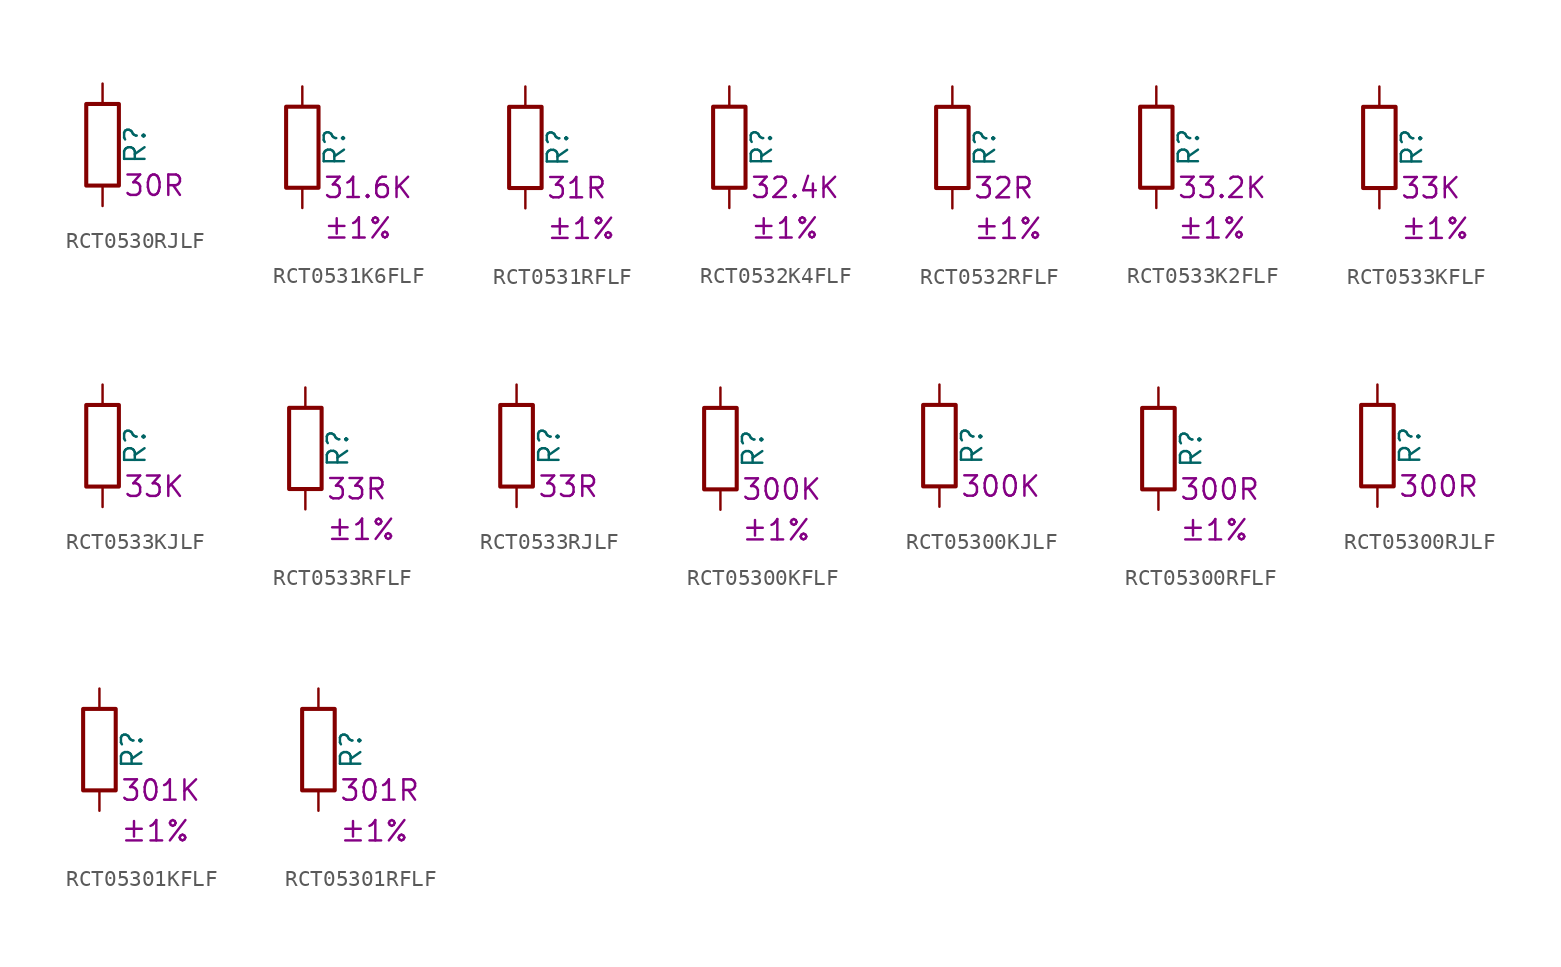
<source format=kicad_sym>
(kicad_symbol_lib
  (version 20220914)
  (generator kicad_symbol_editor)
  (symbol "RCT0530RJLF"
    (pin_numbers hide)
    (pin_names
      (offset 0))
    (property "Reference" "R"
      (at 2.032 0 90)
      (effects (font (size 1.27 1.27))))
    (property "Resistance" "30R"
      (at 1.27 -2.54 0)
      (effects (font (size 1.27 1.27)) (justify left)))
    (symbol "RCT0530RJLF_0_1"
      (rectangle (start -1.016 -2.54) (end 1.016 2.54) (stroke (width 0.254) (type default)) (fill (type none))))
    (symbol "RCT0530RJLF_1_1"
      (pin passive line (at 0 3.81 270) (length 1.27) (name "~" (effects (font (size 1.27 1.27)))) (number "1" (effects (font (size 1.27 1.27)))))
      (pin passive line (at 0 -3.81 90) (length 1.27) (name "~" (effects (font (size 1.27 1.27)))) (number "2" (effects (font (size 1.27 1.27)))))))
  (symbol "RCT0531K6FLF"
    (pin_numbers hide)
    (pin_names
      (offset 0))
    (property "Reference" "R"
      (at 2.032 0 90)
      (effects (font (size 1.27 1.27))))
    (property "Resistance" "31.6K"
      (at 1.27 -2.54 0)
      (effects (font (size 1.27 1.27)) (justify left)))
    (property "Tolerance" "±1%"
      (at 1.27 -5.08 0)
      (effects (font (size 1.27 1.27)) (justify left)))
    (symbol "RCT0531K6FLF_0_1"
      (rectangle (start -1.016 -2.54) (end 1.016 2.54) (stroke (width 0.254) (type default)) (fill (type none))))
    (symbol "RCT0531K6FLF_1_1"
      (pin passive line (at 0 3.81 270) (length 1.27) (name "~" (effects (font (size 1.27 1.27)))) (number "1" (effects (font (size 1.27 1.27)))))
      (pin passive line (at 0 -3.81 90) (length 1.27) (name "~" (effects (font (size 1.27 1.27)))) (number "2" (effects (font (size 1.27 1.27)))))))
  (symbol "RCT0531RFLF"
    (pin_numbers hide)
    (pin_names
      (offset 0))
    (property "Reference" "R"
      (at 2.032 0 90)
      (effects (font (size 1.27 1.27))))
    (property "Resistance" "31R"
      (at 1.27 -2.54 0)
      (effects (font (size 1.27 1.27)) (justify left)))
    (property "Tolerance" "±1%"
      (at 1.27 -5.08 0)
      (effects (font (size 1.27 1.27)) (justify left)))
    (symbol "RCT0531RFLF_0_1"
      (rectangle (start -1.016 -2.54) (end 1.016 2.54) (stroke (width 0.254) (type default)) (fill (type none))))
    (symbol "RCT0531RFLF_1_1"
      (pin passive line (at 0 3.81 270) (length 1.27) (name "~" (effects (font (size 1.27 1.27)))) (number "1" (effects (font (size 1.27 1.27)))))
      (pin passive line (at 0 -3.81 90) (length 1.27) (name "~" (effects (font (size 1.27 1.27)))) (number "2" (effects (font (size 1.27 1.27)))))))
  (symbol "RCT0532K4FLF"
    (pin_numbers hide)
    (pin_names
      (offset 0))
    (property "Reference" "R"
      (at 2.032 0 90)
      (effects (font (size 1.27 1.27))))
    (property "Resistance" "32.4K"
      (at 1.27 -2.54 0)
      (effects (font (size 1.27 1.27)) (justify left)))
    (property "Tolerance" "±1%"
      (at 1.27 -5.08 0)
      (effects (font (size 1.27 1.27)) (justify left)))
    (symbol "RCT0532K4FLF_0_1"
      (rectangle (start -1.016 -2.54) (end 1.016 2.54) (stroke (width 0.254) (type default)) (fill (type none))))
    (symbol "RCT0532K4FLF_1_1"
      (pin passive line (at 0 3.81 270) (length 1.27) (name "~" (effects (font (size 1.27 1.27)))) (number "1" (effects (font (size 1.27 1.27)))))
      (pin passive line (at 0 -3.81 90) (length 1.27) (name "~" (effects (font (size 1.27 1.27)))) (number "2" (effects (font (size 1.27 1.27)))))))
  (symbol "RCT0532RFLF"
    (pin_numbers hide)
    (pin_names
      (offset 0))
    (property "Reference" "R"
      (at 2.032 0 90)
      (effects (font (size 1.27 1.27))))
    (property "Resistance" "32R"
      (at 1.27 -2.54 0)
      (effects (font (size 1.27 1.27)) (justify left)))
    (property "Tolerance" "±1%"
      (at 1.27 -5.08 0)
      (effects (font (size 1.27 1.27)) (justify left)))
    (symbol "RCT0532RFLF_0_1"
      (rectangle (start -1.016 -2.54) (end 1.016 2.54) (stroke (width 0.254) (type default)) (fill (type none))))
    (symbol "RCT0532RFLF_1_1"
      (pin passive line (at 0 3.81 270) (length 1.27) (name "~" (effects (font (size 1.27 1.27)))) (number "1" (effects (font (size 1.27 1.27)))))
      (pin passive line (at 0 -3.81 90) (length 1.27) (name "~" (effects (font (size 1.27 1.27)))) (number "2" (effects (font (size 1.27 1.27)))))))
  (symbol "RCT0533K2FLF"
    (pin_numbers hide)
    (pin_names
      (offset 0))
    (property "Reference" "R"
      (at 2.032 0 90)
      (effects (font (size 1.27 1.27))))
    (property "Resistance" "33.2K"
      (at 1.27 -2.54 0)
      (effects (font (size 1.27 1.27)) (justify left)))
    (property "Tolerance" "±1%"
      (at 1.27 -5.08 0)
      (effects (font (size 1.27 1.27)) (justify left)))
    (symbol "RCT0533K2FLF_0_1"
      (rectangle (start -1.016 -2.54) (end 1.016 2.54) (stroke (width 0.254) (type default)) (fill (type none))))
    (symbol "RCT0533K2FLF_1_1"
      (pin passive line (at 0 3.81 270) (length 1.27) (name "~" (effects (font (size 1.27 1.27)))) (number "1" (effects (font (size 1.27 1.27)))))
      (pin passive line (at 0 -3.81 90) (length 1.27) (name "~" (effects (font (size 1.27 1.27)))) (number "2" (effects (font (size 1.27 1.27)))))))
  (symbol "RCT0533KFLF"
    (pin_numbers hide)
    (pin_names
      (offset 0))
    (property "Reference" "R"
      (at 2.032 0 90)
      (effects (font (size 1.27 1.27))))
    (property "Resistance" "33K"
      (at 1.27 -2.54 0)
      (effects (font (size 1.27 1.27)) (justify left)))
    (property "Tolerance" "±1%"
      (at 1.27 -5.08 0)
      (effects (font (size 1.27 1.27)) (justify left)))
    (symbol "RCT0533KFLF_0_1"
      (rectangle (start -1.016 -2.54) (end 1.016 2.54) (stroke (width 0.254) (type default)) (fill (type none))))
    (symbol "RCT0533KFLF_1_1"
      (pin passive line (at 0 3.81 270) (length 1.27) (name "~" (effects (font (size 1.27 1.27)))) (number "1" (effects (font (size 1.27 1.27)))))
      (pin passive line (at 0 -3.81 90) (length 1.27) (name "~" (effects (font (size 1.27 1.27)))) (number "2" (effects (font (size 1.27 1.27)))))))
  (symbol "RCT0533KJLF"
    (pin_numbers hide)
    (pin_names
      (offset 0))
    (property "Reference" "R"
      (at 2.032 0 90)
      (effects (font (size 1.27 1.27))))
    (property "Resistance" "33K"
      (at 1.27 -2.54 0)
      (effects (font (size 1.27 1.27)) (justify left)))
    (symbol "RCT0533KJLF_0_1"
      (rectangle (start -1.016 -2.54) (end 1.016 2.54) (stroke (width 0.254) (type default)) (fill (type none))))
    (symbol "RCT0533KJLF_1_1"
      (pin passive line (at 0 3.81 270) (length 1.27) (name "~" (effects (font (size 1.27 1.27)))) (number "1" (effects (font (size 1.27 1.27)))))
      (pin passive line (at 0 -3.81 90) (length 1.27) (name "~" (effects (font (size 1.27 1.27)))) (number "2" (effects (font (size 1.27 1.27)))))))
  (symbol "RCT0533RFLF"
    (pin_numbers hide)
    (pin_names
      (offset 0))
    (property "Reference" "R"
      (at 2.032 0 90)
      (effects (font (size 1.27 1.27))))
    (property "Resistance" "33R"
      (at 1.27 -2.54 0)
      (effects (font (size 1.27 1.27)) (justify left)))
    (property "Tolerance" "±1%"
      (at 1.27 -5.08 0)
      (effects (font (size 1.27 1.27)) (justify left)))
    (symbol "RCT0533RFLF_0_1"
      (rectangle (start -1.016 -2.54) (end 1.016 2.54) (stroke (width 0.254) (type default)) (fill (type none))))
    (symbol "RCT0533RFLF_1_1"
      (pin passive line (at 0 3.81 270) (length 1.27) (name "~" (effects (font (size 1.27 1.27)))) (number "1" (effects (font (size 1.27 1.27)))))
      (pin passive line (at 0 -3.81 90) (length 1.27) (name "~" (effects (font (size 1.27 1.27)))) (number "2" (effects (font (size 1.27 1.27)))))))
  (symbol "RCT0533RJLF"
    (pin_numbers hide)
    (pin_names
      (offset 0))
    (property "Reference" "R"
      (at 2.032 0 90)
      (effects (font (size 1.27 1.27))))
    (property "Resistance" "33R"
      (at 1.27 -2.54 0)
      (effects (font (size 1.27 1.27)) (justify left)))
    (symbol "RCT0533RJLF_0_1"
      (rectangle (start -1.016 -2.54) (end 1.016 2.54) (stroke (width 0.254) (type default)) (fill (type none))))
    (symbol "RCT0533RJLF_1_1"
      (pin passive line (at 0 3.81 270) (length 1.27) (name "~" (effects (font (size 1.27 1.27)))) (number "1" (effects (font (size 1.27 1.27)))))
      (pin passive line (at 0 -3.81 90) (length 1.27) (name "~" (effects (font (size 1.27 1.27)))) (number "2" (effects (font (size 1.27 1.27)))))))
  (symbol "RCT05300KFLF"
    (pin_numbers hide)
    (pin_names
      (offset 0))
    (property "Reference" "R"
      (at 2.032 0 90)
      (effects (font (size 1.27 1.27))))
    (property "Resistance" "300K"
      (at 1.27 -2.54 0)
      (effects (font (size 1.27 1.27)) (justify left)))
    (property "Tolerance" "±1%"
      (at 1.27 -5.08 0)
      (effects (font (size 1.27 1.27)) (justify left)))
    (symbol "RCT05300KFLF_0_1"
      (rectangle (start -1.016 -2.54) (end 1.016 2.54) (stroke (width 0.254) (type default)) (fill (type none))))
    (symbol "RCT05300KFLF_1_1"
      (pin passive line (at 0 3.81 270) (length 1.27) (name "~" (effects (font (size 1.27 1.27)))) (number "1" (effects (font (size 1.27 1.27)))))
      (pin passive line (at 0 -3.81 90) (length 1.27) (name "~" (effects (font (size 1.27 1.27)))) (number "2" (effects (font (size 1.27 1.27)))))))
  (symbol "RCT05300KJLF"
    (pin_numbers hide)
    (pin_names
      (offset 0))
    (property "Reference" "R"
      (at 2.032 0 90)
      (effects (font (size 1.27 1.27))))
    (property "Resistance" "300K"
      (at 1.27 -2.54 0)
      (effects (font (size 1.27 1.27)) (justify left)))
    (symbol "RCT05300KJLF_0_1"
      (rectangle (start -1.016 -2.54) (end 1.016 2.54) (stroke (width 0.254) (type default)) (fill (type none))))
    (symbol "RCT05300KJLF_1_1"
      (pin passive line (at 0 3.81 270) (length 1.27) (name "~" (effects (font (size 1.27 1.27)))) (number "1" (effects (font (size 1.27 1.27)))))
      (pin passive line (at 0 -3.81 90) (length 1.27) (name "~" (effects (font (size 1.27 1.27)))) (number "2" (effects (font (size 1.27 1.27)))))))
  (symbol "RCT05300RFLF"
    (pin_numbers hide)
    (pin_names
      (offset 0))
    (property "Reference" "R"
      (at 2.032 0 90)
      (effects (font (size 1.27 1.27))))
    (property "Resistance" "300R"
      (at 1.27 -2.54 0)
      (effects (font (size 1.27 1.27)) (justify left)))
    (property "Tolerance" "±1%"
      (at 1.27 -5.08 0)
      (effects (font (size 1.27 1.27)) (justify left)))
    (symbol "RCT05300RFLF_0_1"
      (rectangle (start -1.016 -2.54) (end 1.016 2.54) (stroke (width 0.254) (type default)) (fill (type none))))
    (symbol "RCT05300RFLF_1_1"
      (pin passive line (at 0 3.81 270) (length 1.27) (name "~" (effects (font (size 1.27 1.27)))) (number "1" (effects (font (size 1.27 1.27)))))
      (pin passive line (at 0 -3.81 90) (length 1.27) (name "~" (effects (font (size 1.27 1.27)))) (number "2" (effects (font (size 1.27 1.27)))))))
  (symbol "RCT05300RJLF"
    (pin_numbers hide)
    (pin_names
      (offset 0))
    (property "Reference" "R"
      (at 2.032 0 90)
      (effects (font (size 1.27 1.27))))
    (property "Resistance" "300R"
      (at 1.27 -2.54 0)
      (effects (font (size 1.27 1.27)) (justify left)))
    (symbol "RCT05300RJLF_0_1"
      (rectangle (start -1.016 -2.54) (end 1.016 2.54) (stroke (width 0.254) (type default)) (fill (type none))))
    (symbol "RCT05300RJLF_1_1"
      (pin passive line (at 0 3.81 270) (length 1.27) (name "~" (effects (font (size 1.27 1.27)))) (number "1" (effects (font (size 1.27 1.27)))))
      (pin passive line (at 0 -3.81 90) (length 1.27) (name "~" (effects (font (size 1.27 1.27)))) (number "2" (effects (font (size 1.27 1.27)))))))
  (symbol "RCT05301KFLF"
    (pin_numbers hide)
    (pin_names
      (offset 0))
    (property "Reference" "R"
      (at 2.032 0 90)
      (effects (font (size 1.27 1.27))))
    (property "Resistance" "301K"
      (at 1.27 -2.54 0)
      (effects (font (size 1.27 1.27)) (justify left)))
    (property "Tolerance" "±1%"
      (at 1.27 -5.08 0)
      (effects (font (size 1.27 1.27)) (justify left)))
    (symbol "RCT05301KFLF_0_1"
      (rectangle (start -1.016 -2.54) (end 1.016 2.54) (stroke (width 0.254) (type default)) (fill (type none))))
    (symbol "RCT05301KFLF_1_1"
      (pin passive line (at 0 3.81 270) (length 1.27) (name "~" (effects (font (size 1.27 1.27)))) (number "1" (effects (font (size 1.27 1.27)))))
      (pin passive line (at 0 -3.81 90) (length 1.27) (name "~" (effects (font (size 1.27 1.27)))) (number "2" (effects (font (size 1.27 1.27)))))))
  (symbol "RCT05301RFLF"
    (pin_numbers hide)
    (pin_names
      (offset 0))
    (property "Reference" "R"
      (at 2.032 0 90)
      (effects (font (size 1.27 1.27))))
    (property "Resistance" "301R"
      (at 1.27 -2.54 0)
      (effects (font (size 1.27 1.27)) (justify left)))
    (property "Tolerance" "±1%"
      (at 1.27 -5.08 0)
      (effects (font (size 1.27 1.27)) (justify left)))
    (symbol "RCT05301RFLF_0_1"
      (rectangle (start -1.016 -2.54) (end 1.016 2.54) (stroke (width 0.254) (type default)) (fill (type none))))
    (symbol "RCT05301RFLF_1_1"
      (pin passive line (at 0 3.81 270) (length 1.27) (name "~" (effects (font (size 1.27 1.27)))) (number "1" (effects (font (size 1.27 1.27)))))
      (pin passive line (at 0 -3.81 90) (length 1.27) (name "~" (effects (font (size 1.27 1.27)))) (number "2" (effects (font (size 1.27 1.27))))))))
</source>
